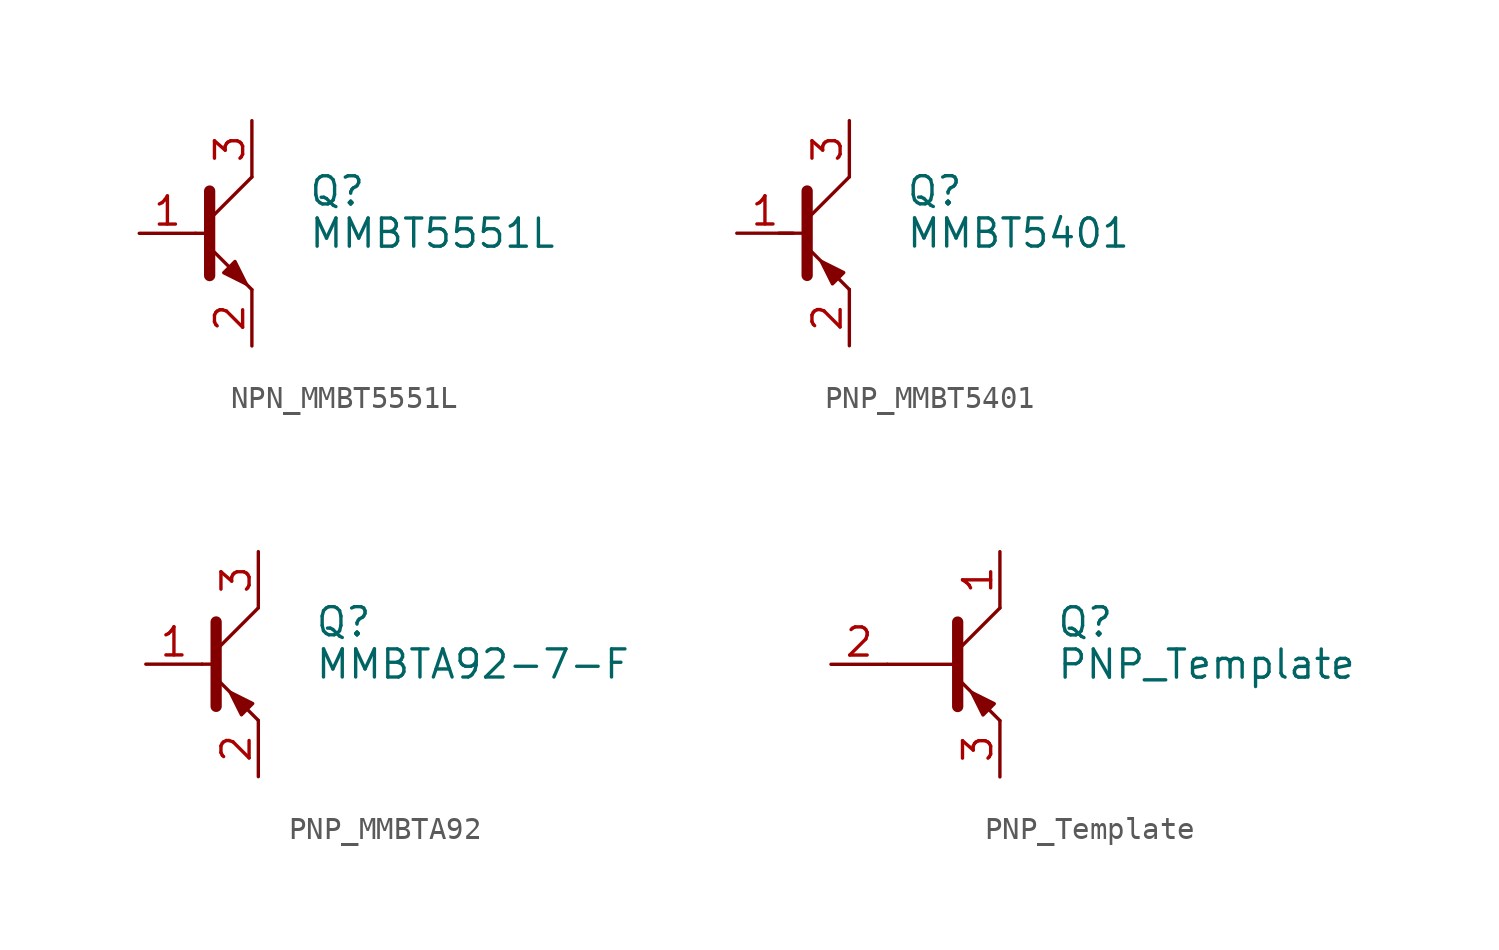
<source format=kicad_sym>
(kicad_symbol_lib
  (version 20241209)
  (generator "kicad_symbol_editor")
  (generator_version "9.0")
  (symbol "NPN_MMBT5551L"
    (pin_names
      (offset 0)
      (hide yes))
    (property "Reference" "Q"
      (at 5.08 1.905 0)
      (effects (font (size 1.27 1.27)) (justify left)))
    (property "Value" "MMBT5551L"
      (at 5.08 0 0)
      (effects (font (size 1.27 1.27)) (justify left)))
    (symbol "NPN_MMBT5551L_0_1"
      (polyline (pts (xy 0 0) (xy 0.635 0)) (stroke (width 0) (type default)) (fill (type none)))
      (polyline (pts (xy 0.635 1.905) (xy 0.635 -1.905)) (stroke (width 0.508) (type default)) (fill (type none))))
    (symbol "NPN_MMBT5551L_1_1"
      (polyline (pts (xy 0.635 0.635) (xy 2.54 2.54)) (stroke (width 0) (type default)) (fill (type none)))
      (polyline (pts (xy 0.635 -0.635) (xy 2.54 -2.54)) (stroke (width 0) (type default)) (fill (type none)))
      (polyline (pts (xy 1.27 -1.778) (xy 1.778 -1.27) (xy 2.286 -2.286) (xy 1.27 -1.778)) (stroke (width 0) (type default)) (fill (type outline)))
      (pin input line (at -2.54 0 0) (length 2.54) (name "B" (effects (font (size 1.27 1.27)))) (number "1" (effects (font (size 1.27 1.27)))))
      (pin passive line (at 2.54 5.08 270) (length 2.54) (name "C" (effects (font (size 1.27 1.27)))) (number "3" (effects (font (size 1.27 1.27)))))
      (pin passive line (at 2.54 -5.08 90) (length 2.54) (name "E" (effects (font (size 1.27 1.27)))) (number "2" (effects (font (size 1.27 1.27)))))))
  (symbol "PNP_MMBT5401"
    (pin_names
      (offset 0)
      (hide yes))
    (property "Reference" "Q"
      (at 5.08 1.905 0)
      (effects (font (size 1.27 1.27)) (justify left)))
    (property "Value" "MMBT5401"
      (at 5.08 0 0)
      (effects (font (size 1.27 1.27)) (justify left)))
    (symbol "PNP_MMBT5401_0_1"
      (polyline (pts (xy -0.635 0) (xy 0.635 0)) (stroke (width 0) (type default)) (fill (type none)))
      (polyline (pts (xy 0.635 1.905) (xy 0.635 -1.905)) (stroke (width 0.508) (type default)) (fill (type none)))
      (polyline (pts (xy 0.635 0.635) (xy 2.54 2.54)) (stroke (width 0) (type default)) (fill (type none)))
      (polyline (pts (xy 0.635 -0.635) (xy 2.54 -2.54)) (stroke (width 0) (type default)) (fill (type none)))
      (polyline (pts (xy 2.286 -1.778) (xy 1.778 -2.286) (xy 1.27 -1.27) (xy 2.286 -1.778)) (stroke (width 0) (type default)) (fill (type outline))))
    (symbol "PNP_MMBT5401_1_1"
      (pin input line (at -2.54 0 0) (length 2.54) (name "B" (effects (font (size 1.27 1.27)))) (number "1" (effects (font (size 1.27 1.27)))))
      (pin passive line (at 2.54 5.08 270) (length 2.54) (name "C" (effects (font (size 1.27 1.27)))) (number "3" (effects (font (size 1.27 1.27)))))
      (pin passive line (at 2.54 -5.08 90) (length 2.54) (name "E" (effects (font (size 1.27 1.27)))) (number "2" (effects (font (size 1.27 1.27)))))))
  (symbol "PNP_MMBTA92"
    (pin_names
      (offset 0)
      (hide yes))
    (property "Reference" "Q"
      (at 5.08 1.905 0)
      (effects (font (size 1.27 1.27)) (justify left)))
    (property "Value" "MMBTA92-7-F"
      (at 5.08 0 0)
      (effects (font (size 1.27 1.27)) (justify left)))
    (symbol "PNP_MMBTA92_0_1"
      (polyline (pts (xy 0 0) (xy 0.635 0)) (stroke (width 0) (type default)) (fill (type none)))
      (polyline (pts (xy 0.635 1.905) (xy 0.635 -1.905)) (stroke (width 0.508) (type default)) (fill (type none)))
      (polyline (pts (xy 0.635 0.635) (xy 2.54 2.54)) (stroke (width 0) (type default)) (fill (type none)))
      (polyline (pts (xy 0.635 -0.635) (xy 2.54 -2.54)) (stroke (width 0) (type default)) (fill (type none)))
      (polyline (pts (xy 2.286 -1.778) (xy 1.778 -2.286) (xy 1.27 -1.27) (xy 2.286 -1.778)) (stroke (width 0) (type default)) (fill (type outline))))
    (symbol "PNP_MMBTA92_1_1"
      (pin input line (at -2.54 0 0) (length 2.54) (name "B" (effects (font (size 1.27 1.27)))) (number "1" (effects (font (size 1.27 1.27)))))
      (pin passive line (at 2.54 5.08 270) (length 2.54) (name "C" (effects (font (size 1.27 1.27)))) (number "3" (effects (font (size 1.27 1.27)))))
      (pin passive line (at 2.54 -5.08 90) (length 2.54) (name "E" (effects (font (size 1.27 1.27)))) (number "2" (effects (font (size 1.27 1.27)))))))
  (symbol "PNP_Template"
    (pin_names
      (offset 0)
      (hide yes))
    (property "Reference" "Q"
      (at 5.08 1.905 0)
      (effects (font (size 1.27 1.27)) (justify left)))
    (property "Value" "PNP_Template"
      (at 5.08 0 0)
      (effects (font (size 1.27 1.27)) (justify left)))
    (symbol "PNP_Template_0_1"
      (polyline (pts (xy -2.54 0) (xy 0.635 0)) (stroke (width 0) (type default)) (fill (type none)))
      (polyline (pts (xy 0.635 1.905) (xy 0.635 -1.905)) (stroke (width 0.508) (type default)) (fill (type none)))
      (polyline (pts (xy 0.635 0.635) (xy 2.54 2.54)) (stroke (width 0) (type default)) (fill (type none)))
      (polyline (pts (xy 0.635 -0.635) (xy 2.54 -2.54)) (stroke (width 0) (type default)) (fill (type none)))
      (polyline (pts (xy 2.286 -1.778) (xy 1.778 -2.286) (xy 1.27 -1.27) (xy 2.286 -1.778)) (stroke (width 0) (type default)) (fill (type outline))))
    (symbol "PNP_Template_1_1"
      (pin input line (at -5.08 0 0) (length 2.54) (name "B" (effects (font (size 1.27 1.27)))) (number "2" (effects (font (size 1.27 1.27)))))
      (pin passive line (at 2.54 5.08 270) (length 2.54) (name "C" (effects (font (size 1.27 1.27)))) (number "1" (effects (font (size 1.27 1.27)))))
      (pin passive line (at 2.54 -5.08 90) (length 2.54) (name "E" (effects (font (size 1.27 1.27)))) (number "3" (effects (font (size 1.27 1.27))))))))
</source>
